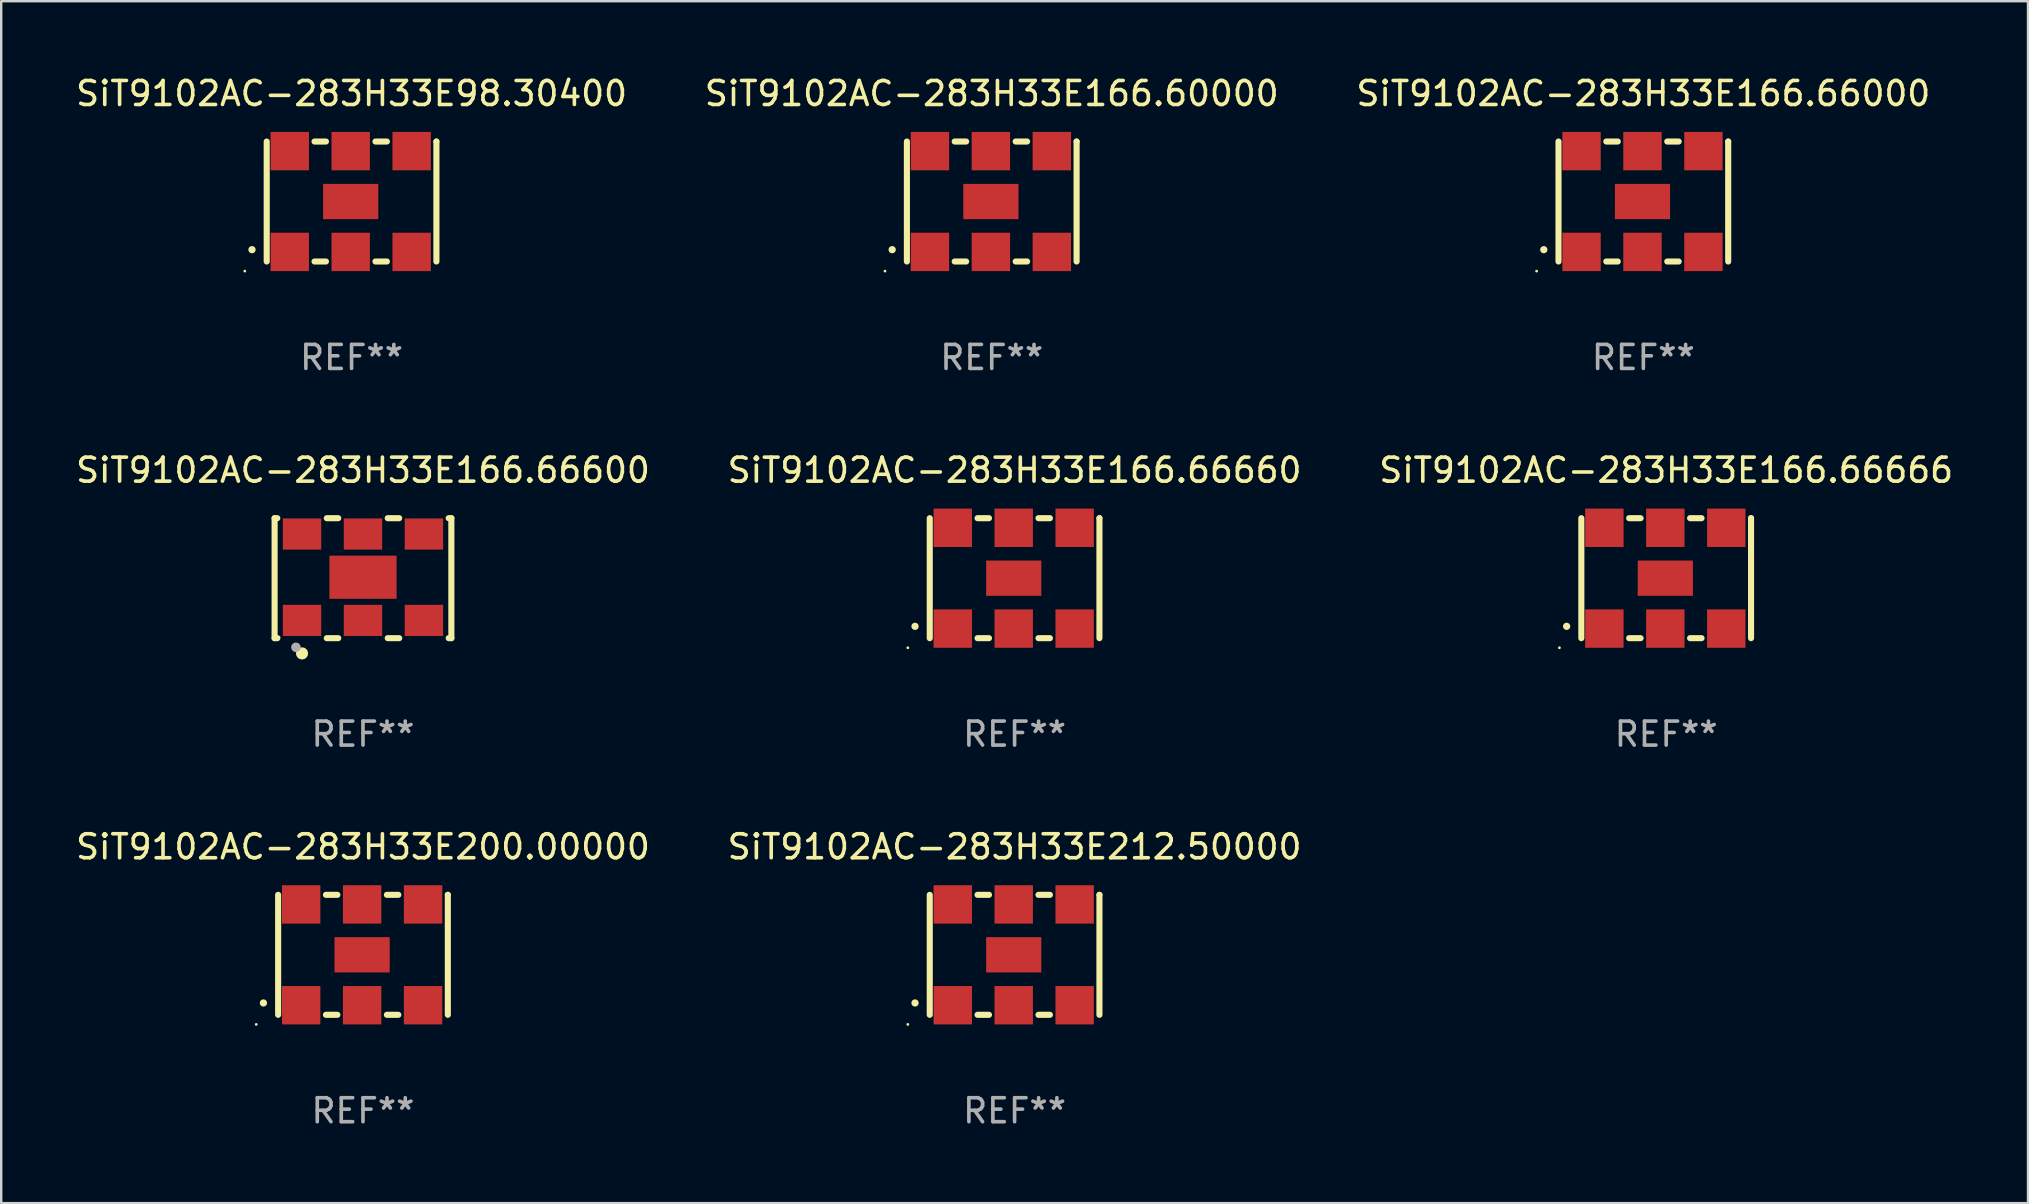
<source format=kicad_pcb>
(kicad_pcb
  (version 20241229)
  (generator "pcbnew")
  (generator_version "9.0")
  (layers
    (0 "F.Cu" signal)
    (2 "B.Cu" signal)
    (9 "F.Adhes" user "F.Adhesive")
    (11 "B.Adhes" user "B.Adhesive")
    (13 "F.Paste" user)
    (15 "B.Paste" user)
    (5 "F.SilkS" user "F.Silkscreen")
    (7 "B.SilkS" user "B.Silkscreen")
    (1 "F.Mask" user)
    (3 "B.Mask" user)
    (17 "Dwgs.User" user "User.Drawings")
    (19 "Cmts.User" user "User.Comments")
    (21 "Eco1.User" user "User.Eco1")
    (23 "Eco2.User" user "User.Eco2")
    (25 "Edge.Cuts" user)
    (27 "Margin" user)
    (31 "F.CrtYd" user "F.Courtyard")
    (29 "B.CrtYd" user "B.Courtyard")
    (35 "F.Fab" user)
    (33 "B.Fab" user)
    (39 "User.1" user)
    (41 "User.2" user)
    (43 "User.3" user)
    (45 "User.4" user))
  (footprint "SiT9102AC-283H33E166.66660"
    (layer "F.Cu")
    (at 39.232 21.045)
    (property "Reference" "SiT9102AC-283H33E166.66660" (at 0 -4.5 0) (layer "F.SilkS") (effects (font (size 1 1) (thickness 0.15))))
    (attr through_hole)
    (fp_line (start -3.536 -2.5) (end -3.536 2.5) (stroke (width 0.254) (type solid)) (layer "F.SilkS"))
    (fp_line (start -1.544 2.5) (end -1.067 2.5) (stroke (width 0.254) (type solid)) (layer "F.SilkS"))
    (fp_line (start -1.067 -2.5) (end -1.544 -2.5) (stroke (width 0.254) (type solid)) (layer "F.SilkS"))
    (fp_line (start 0.996 2.5) (end 1.473 2.5) (stroke (width 0.254) (type solid)) (layer "F.SilkS"))
    (fp_line (start 1.473 -2.5) (end 0.996 -2.5) (stroke (width 0.254) (type solid)) (layer "F.SilkS"))
    (fp_line (start 3.536 -2.5) (end 3.536 -2.5) (stroke (width 0.254) (type solid)) (layer "F.SilkS"))
    (fp_line (start 3.536 2.5) (end 3.536 -2.5) (stroke (width 0.254) (type solid)) (layer "F.SilkS"))
    (fp_arc (start -4.150432 2.006604) (mid -4.149162 2.006599) (end -4.147892 2.006604) (stroke (width 0.3) (type solid)) (layer "F.SilkS"))
    (fp_circle (center -4.449 2.9) (end -4.419 2.9) (stroke (width 0.06) (type solid)) (fill no) (layer "F.SilkS"))
    (fp_text user "REF**" (at 0 6.5 0) (layer "F.Fab") (effects (font (size 1 1) (thickness 0.15))))
    (pad "1" smd rect (at -2.576 2.1) (size 1.6 1.6) (layers "F.Cu" "F.Mask" "F.Paste"))
    (pad "2" smd rect (at -0.036 2.1) (size 1.6 1.6) (layers "F.Cu" "F.Mask" "F.Paste"))
    (pad "3" smd rect (at 2.504 2.1) (size 1.6 1.6) (layers "F.Cu" "F.Mask" "F.Paste"))
    (pad "4" smd rect (at 2.504 -2.1) (size 1.6 1.6) (layers "F.Cu" "F.Mask" "F.Paste"))
    (pad "5" smd rect (at -0.036 -2.1) (size 1.6 1.6) (layers "F.Cu" "F.Mask" "F.Paste"))
    (pad "6" smd rect (at -2.576 -2.1) (size 1.6 1.6) (layers "F.Cu" "F.Mask" "F.Paste"))
    (pad "7" smd rect (at -0.036 0) (size 2.3 1.47) (layers "F.Cu" "F.Mask" "F.Paste")))
  (footprint "SiT9102AC-283H33E200.00000"
    (layer "F.Cu")
    (at 12.077 36.741)
    (property "Reference" "SiT9102AC-283H33E200.00000" (at 0 -4.5 0) (layer "F.SilkS") (effects (font (size 1 1) (thickness 0.15))))
    (attr through_hole)
    (fp_line (start -3.536 -2.5) (end -3.536 2.5) (stroke (width 0.254) (type solid)) (layer "F.SilkS"))
    (fp_line (start -1.544 2.5) (end -1.067 2.5) (stroke (width 0.254) (type solid)) (layer "F.SilkS"))
    (fp_line (start -1.067 -2.5) (end -1.544 -2.5) (stroke (width 0.254) (type solid)) (layer "F.SilkS"))
    (fp_line (start 0.996 2.5) (end 1.473 2.5) (stroke (width 0.254) (type solid)) (layer "F.SilkS"))
    (fp_line (start 1.473 -2.5) (end 0.996 -2.5) (stroke (width 0.254) (type solid)) (layer "F.SilkS"))
    (fp_line (start 3.536 -2.5) (end 3.536 -2.5) (stroke (width 0.254) (type solid)) (layer "F.SilkS"))
    (fp_line (start 3.536 2.5) (end 3.536 -2.5) (stroke (width 0.254) (type solid)) (layer "F.SilkS"))
    (fp_arc (start -4.150432 2.006604) (mid -4.149162 2.006599) (end -4.147892 2.006604) (stroke (width 0.3) (type solid)) (layer "F.SilkS"))
    (fp_circle (center -4.449 2.9) (end -4.419 2.9) (stroke (width 0.06) (type solid)) (fill no) (layer "F.SilkS"))
    (fp_text user "REF**" (at 0 6.5 0) (layer "F.Fab") (effects (font (size 1 1) (thickness 0.15))))
    (pad "1" smd rect (at -2.576 2.1) (size 1.6 1.6) (layers "F.Cu" "F.Mask" "F.Paste"))
    (pad "2" smd rect (at -0.036 2.1) (size 1.6 1.6) (layers "F.Cu" "F.Mask" "F.Paste"))
    (pad "3" smd rect (at 2.504 2.1) (size 1.6 1.6) (layers "F.Cu" "F.Mask" "F.Paste"))
    (pad "4" smd rect (at 2.504 -2.1) (size 1.6 1.6) (layers "F.Cu" "F.Mask" "F.Paste"))
    (pad "5" smd rect (at -0.036 -2.1) (size 1.6 1.6) (layers "F.Cu" "F.Mask" "F.Paste"))
    (pad "6" smd rect (at -2.576 -2.1) (size 1.6 1.6) (layers "F.Cu" "F.Mask" "F.Paste"))
    (pad "7" smd rect (at -0.036 0) (size 2.3 1.47) (layers "F.Cu" "F.Mask" "F.Paste")))
  (footprint "SiT9102AC-283H33E212.50000"
    (layer "F.Cu")
    (at 39.232 36.741)
    (property "Reference" "SiT9102AC-283H33E212.50000" (at 0 -4.5 0) (layer "F.SilkS") (effects (font (size 1 1) (thickness 0.15))))
    (attr through_hole)
    (fp_line (start -3.536 -2.5) (end -3.536 2.5) (stroke (width 0.254) (type solid)) (layer "F.SilkS"))
    (fp_line (start -1.544 2.5) (end -1.067 2.5) (stroke (width 0.254) (type solid)) (layer "F.SilkS"))
    (fp_line (start -1.067 -2.5) (end -1.544 -2.5) (stroke (width 0.254) (type solid)) (layer "F.SilkS"))
    (fp_line (start 0.996 2.5) (end 1.473 2.5) (stroke (width 0.254) (type solid)) (layer "F.SilkS"))
    (fp_line (start 1.473 -2.5) (end 0.996 -2.5) (stroke (width 0.254) (type solid)) (layer "F.SilkS"))
    (fp_line (start 3.536 -2.5) (end 3.536 -2.5) (stroke (width 0.254) (type solid)) (layer "F.SilkS"))
    (fp_line (start 3.536 2.5) (end 3.536 -2.5) (stroke (width 0.254) (type solid)) (layer "F.SilkS"))
    (fp_arc (start -4.150432 2.006604) (mid -4.149162 2.006599) (end -4.147892 2.006604) (stroke (width 0.3) (type solid)) (layer "F.SilkS"))
    (fp_circle (center -4.449 2.9) (end -4.419 2.9) (stroke (width 0.06) (type solid)) (fill no) (layer "F.SilkS"))
    (fp_text user "REF**" (at 0 6.5 0) (layer "F.Fab") (effects (font (size 1 1) (thickness 0.15))))
    (pad "1" smd rect (at -2.576 2.1) (size 1.6 1.6) (layers "F.Cu" "F.Mask" "F.Paste"))
    (pad "2" smd rect (at -0.036 2.1) (size 1.6 1.6) (layers "F.Cu" "F.Mask" "F.Paste"))
    (pad "3" smd rect (at 2.504 2.1) (size 1.6 1.6) (layers "F.Cu" "F.Mask" "F.Paste"))
    (pad "4" smd rect (at 2.504 -2.1) (size 1.6 1.6) (layers "F.Cu" "F.Mask" "F.Paste"))
    (pad "5" smd rect (at -0.036 -2.1) (size 1.6 1.6) (layers "F.Cu" "F.Mask" "F.Paste"))
    (pad "6" smd rect (at -2.576 -2.1) (size 1.6 1.6) (layers "F.Cu" "F.Mask" "F.Paste"))
    (pad "7" smd rect (at -0.036 0) (size 2.3 1.47) (layers "F.Cu" "F.Mask" "F.Paste")))
  (footprint "SiT9102AC-283H33E98.30400"
    (layer "F.Cu")
    (at 11.601 5.348)
    (property "Reference" "SiT9102AC-283H33E98.30400" (at 0 -4.5 0) (layer "F.SilkS") (effects (font (size 1 1) (thickness 0.15))))
    (attr through_hole)
    (fp_line (start -3.536 -2.5) (end -3.536 2.5) (stroke (width 0.254) (type solid)) (layer "F.SilkS"))
    (fp_line (start -1.544 2.5) (end -1.067 2.5) (stroke (width 0.254) (type solid)) (layer "F.SilkS"))
    (fp_line (start -1.067 -2.5) (end -1.544 -2.5) (stroke (width 0.254) (type solid)) (layer "F.SilkS"))
    (fp_line (start 0.996 2.5) (end 1.473 2.5) (stroke (width 0.254) (type solid)) (layer "F.SilkS"))
    (fp_line (start 1.473 -2.5) (end 0.996 -2.5) (stroke (width 0.254) (type solid)) (layer "F.SilkS"))
    (fp_line (start 3.536 -2.5) (end 3.536 -2.5) (stroke (width 0.254) (type solid)) (layer "F.SilkS"))
    (fp_line (start 3.536 2.5) (end 3.536 -2.5) (stroke (width 0.254) (type solid)) (layer "F.SilkS"))
    (fp_arc (start -4.150432 2.006604) (mid -4.149162 2.006599) (end -4.147892 2.006604) (stroke (width 0.3) (type solid)) (layer "F.SilkS"))
    (fp_circle (center -4.449 2.9) (end -4.419 2.9) (stroke (width 0.06) (type solid)) (fill no) (layer "F.SilkS"))
    (fp_text user "REF**" (at 0 6.5 0) (layer "F.Fab") (effects (font (size 1 1) (thickness 0.15))))
    (pad "1" smd rect (at -2.576 2.1) (size 1.6 1.6) (layers "F.Cu" "F.Mask" "F.Paste"))
    (pad "2" smd rect (at -0.036 2.1) (size 1.6 1.6) (layers "F.Cu" "F.Mask" "F.Paste"))
    (pad "3" smd rect (at 2.504 2.1) (size 1.6 1.6) (layers "F.Cu" "F.Mask" "F.Paste"))
    (pad "4" smd rect (at 2.504 -2.1) (size 1.6 1.6) (layers "F.Cu" "F.Mask" "F.Paste"))
    (pad "5" smd rect (at -0.036 -2.1) (size 1.6 1.6) (layers "F.Cu" "F.Mask" "F.Paste"))
    (pad "6" smd rect (at -2.576 -2.1) (size 1.6 1.6) (layers "F.Cu" "F.Mask" "F.Paste"))
    (pad "7" smd rect (at -0.036 0) (size 2.3 1.47) (layers "F.Cu" "F.Mask" "F.Paste")))
  (footprint "SiT9102AC-283H33E166.66666"
    (layer "F.Cu")
    (at 66.387 21.045)
    (property "Reference" "SiT9102AC-283H33E166.66666" (at 0 -4.5 0) (layer "F.SilkS") (effects (font (size 1 1) (thickness 0.15))))
    (attr through_hole)
    (fp_line (start -3.536 -2.5) (end -3.536 2.5) (stroke (width 0.254) (type solid)) (layer "F.SilkS"))
    (fp_line (start -1.544 2.5) (end -1.067 2.5) (stroke (width 0.254) (type solid)) (layer "F.SilkS"))
    (fp_line (start -1.067 -2.5) (end -1.544 -2.5) (stroke (width 0.254) (type solid)) (layer "F.SilkS"))
    (fp_line (start 0.996 2.5) (end 1.473 2.5) (stroke (width 0.254) (type solid)) (layer "F.SilkS"))
    (fp_line (start 1.473 -2.5) (end 0.996 -2.5) (stroke (width 0.254) (type solid)) (layer "F.SilkS"))
    (fp_line (start 3.536 -2.5) (end 3.536 -2.5) (stroke (width 0.254) (type solid)) (layer "F.SilkS"))
    (fp_line (start 3.536 2.5) (end 3.536 -2.5) (stroke (width 0.254) (type solid)) (layer "F.SilkS"))
    (fp_arc (start -4.150432 2.006604) (mid -4.149162 2.006599) (end -4.147892 2.006604) (stroke (width 0.3) (type solid)) (layer "F.SilkS"))
    (fp_circle (center -4.449 2.9) (end -4.419 2.9) (stroke (width 0.06) (type solid)) (fill no) (layer "F.SilkS"))
    (fp_text user "REF**" (at 0 6.5 0) (layer "F.Fab") (effects (font (size 1 1) (thickness 0.15))))
    (pad "1" smd rect (at -2.576 2.1) (size 1.6 1.6) (layers "F.Cu" "F.Mask" "F.Paste"))
    (pad "2" smd rect (at -0.036 2.1) (size 1.6 1.6) (layers "F.Cu" "F.Mask" "F.Paste"))
    (pad "3" smd rect (at 2.504 2.1) (size 1.6 1.6) (layers "F.Cu" "F.Mask" "F.Paste"))
    (pad "4" smd rect (at 2.504 -2.1) (size 1.6 1.6) (layers "F.Cu" "F.Mask" "F.Paste"))
    (pad "5" smd rect (at -0.036 -2.1) (size 1.6 1.6) (layers "F.Cu" "F.Mask" "F.Paste"))
    (pad "6" smd rect (at -2.576 -2.1) (size 1.6 1.6) (layers "F.Cu" "F.Mask" "F.Paste"))
    (pad "7" smd rect (at -0.036 0) (size 2.3 1.47) (layers "F.Cu" "F.Mask" "F.Paste")))
  (footprint "SiT9102AC-283H33E166.66000"
    (layer "F.Cu")
    (at 65.435 5.348)
    (property "Reference" "SiT9102AC-283H33E166.66000" (at 0 -4.5 0) (layer "F.SilkS") (effects (font (size 1 1) (thickness 0.15))))
    (attr through_hole)
    (fp_line (start -3.536 -2.5) (end -3.536 2.5) (stroke (width 0.254) (type solid)) (layer "F.SilkS"))
    (fp_line (start -1.544 2.5) (end -1.067 2.5) (stroke (width 0.254) (type solid)) (layer "F.SilkS"))
    (fp_line (start -1.067 -2.5) (end -1.544 -2.5) (stroke (width 0.254) (type solid)) (layer "F.SilkS"))
    (fp_line (start 0.996 2.5) (end 1.473 2.5) (stroke (width 0.254) (type solid)) (layer "F.SilkS"))
    (fp_line (start 1.473 -2.5) (end 0.996 -2.5) (stroke (width 0.254) (type solid)) (layer "F.SilkS"))
    (fp_line (start 3.536 -2.5) (end 3.536 -2.5) (stroke (width 0.254) (type solid)) (layer "F.SilkS"))
    (fp_line (start 3.536 2.5) (end 3.536 -2.5) (stroke (width 0.254) (type solid)) (layer "F.SilkS"))
    (fp_arc (start -4.150432 2.006604) (mid -4.149162 2.006599) (end -4.147892 2.006604) (stroke (width 0.3) (type solid)) (layer "F.SilkS"))
    (fp_circle (center -4.449 2.9) (end -4.419 2.9) (stroke (width 0.06) (type solid)) (fill no) (layer "F.SilkS"))
    (fp_text user "REF**" (at 0 6.5 0) (layer "F.Fab") (effects (font (size 1 1) (thickness 0.15))))
    (pad "1" smd rect (at -2.576 2.1) (size 1.6 1.6) (layers "F.Cu" "F.Mask" "F.Paste"))
    (pad "2" smd rect (at -0.036 2.1) (size 1.6 1.6) (layers "F.Cu" "F.Mask" "F.Paste"))
    (pad "3" smd rect (at 2.504 2.1) (size 1.6 1.6) (layers "F.Cu" "F.Mask" "F.Paste"))
    (pad "4" smd rect (at 2.504 -2.1) (size 1.6 1.6) (layers "F.Cu" "F.Mask" "F.Paste"))
    (pad "5" smd rect (at -0.036 -2.1) (size 1.6 1.6) (layers "F.Cu" "F.Mask" "F.Paste"))
    (pad "6" smd rect (at -2.576 -2.1) (size 1.6 1.6) (layers "F.Cu" "F.Mask" "F.Paste"))
    (pad "7" smd rect (at -0.036 0) (size 2.3 1.47) (layers "F.Cu" "F.Mask" "F.Paste")))
  (footprint "SiT9102AC-283H33E166.66600"
    (layer "F.Cu")
    (at 12.077 21.045)
    (property "Reference" "SiT9102AC-283H33E166.66600" (at 0 -4.5 0) (layer "F.SilkS") (effects (font (size 1 1) (thickness 0.15))))
    (attr through_hole)
    (fp_line (start -3.683 -2.5) (end -3.571 -2.5) (stroke (width 0.254) (type solid)) (layer "F.SilkS"))
    (fp_line (start -3.683 2.5) (end -3.683 -2.5) (stroke (width 0.254) (type solid)) (layer "F.SilkS"))
    (fp_line (start -3.683 2.5) (end -3.571 2.5) (stroke (width 0.254) (type solid)) (layer "F.SilkS"))
    (fp_line (start -1.509 -2.5) (end -1.031 -2.5) (stroke (width 0.254) (type solid)) (layer "F.SilkS"))
    (fp_line (start -1.509 2.5) (end -1.031 2.5) (stroke (width 0.254) (type solid)) (layer "F.SilkS"))
    (fp_line (start 1.031 -2.5) (end 1.509 -2.5) (stroke (width 0.254) (type solid)) (layer "F.SilkS"))
    (fp_line (start 1.031 2.5) (end 1.509 2.5) (stroke (width 0.254) (type solid)) (layer "F.SilkS"))
    (fp_line (start 3.571 -2.5) (end 3.683 -2.5) (stroke (width 0.254) (type solid)) (layer "F.SilkS"))
    (fp_line (start 3.571 2.5) (end 3.683 2.5) (stroke (width 0.254) (type solid)) (layer "F.SilkS"))
    (fp_line (start 3.683 2.5) (end 3.683 -2.5) (stroke (width 0.254) (type solid)) (layer "F.SilkS"))
    (fp_circle (center -3.5 2.46) (end -3.47 2.46) (stroke (width 0.06) (type solid)) (fill no) (layer "F.SilkS"))
    (fp_circle (center -2.54 3.135) (end -2.413 3.135) (stroke (width 0.254) (type solid)) (fill no) (layer "F.SilkS"))
    (fp_circle (center -2.794 2.881) (end -2.694 2.881) (stroke (width 0.2) (type solid)) (fill no) (layer "F.Fab"))
    (fp_text user "REF**" (at 0 6.5 0) (layer "F.Fab") (effects (font (size 1 1) (thickness 0.15))))
    (pad "1" smd rect (at -2.54 1.76) (size 1.6 1.3) (layers "F.Cu" "F.Mask" "F.Paste"))
    (pad "2" smd rect (at 0 1.76) (size 1.6 1.3) (layers "F.Cu" "F.Mask" "F.Paste"))
    (pad "3" smd rect (at 2.54 1.76) (size 1.6 1.3) (layers "F.Cu" "F.Mask" "F.Paste"))
    (pad "4" smd rect (at 2.54 -1.84) (size 1.6 1.3) (layers "F.Cu" "F.Mask" "F.Paste"))
    (pad "5" smd rect (at 0 -1.84) (size 1.6 1.3) (layers "F.Cu" "F.Mask" "F.Paste"))
    (pad "6" smd rect (at -2.54 -1.84) (size 1.6 1.3) (layers "F.Cu" "F.Mask" "F.Paste"))
    (pad "7" smd rect (at 0 -0.04) (size 2.8 1.8) (layers "F.Cu" "F.Mask" "F.Paste")))
  (footprint "SiT9102AC-283H33E166.60000"
    (layer "F.Cu")
    (at 38.28 5.348)
    (property "Reference" "SiT9102AC-283H33E166.60000" (at 0 -4.5 0) (layer "F.SilkS") (effects (font (size 1 1) (thickness 0.15))))
    (attr through_hole)
    (fp_line (start -3.536 -2.5) (end -3.536 2.5) (stroke (width 0.254) (type solid)) (layer "F.SilkS"))
    (fp_line (start -1.544 2.5) (end -1.067 2.5) (stroke (width 0.254) (type solid)) (layer "F.SilkS"))
    (fp_line (start -1.067 -2.5) (end -1.544 -2.5) (stroke (width 0.254) (type solid)) (layer "F.SilkS"))
    (fp_line (start 0.996 2.5) (end 1.473 2.5) (stroke (width 0.254) (type solid)) (layer "F.SilkS"))
    (fp_line (start 1.473 -2.5) (end 0.996 -2.5) (stroke (width 0.254) (type solid)) (layer "F.SilkS"))
    (fp_line (start 3.536 -2.5) (end 3.536 -2.5) (stroke (width 0.254) (type solid)) (layer "F.SilkS"))
    (fp_line (start 3.536 2.5) (end 3.536 -2.5) (stroke (width 0.254) (type solid)) (layer "F.SilkS"))
    (fp_arc (start -4.150432 2.006604) (mid -4.149162 2.006599) (end -4.147892 2.006604) (stroke (width 0.3) (type solid)) (layer "F.SilkS"))
    (fp_circle (center -4.449 2.9) (end -4.419 2.9) (stroke (width 0.06) (type solid)) (fill no) (layer "F.SilkS"))
    (fp_text user "REF**" (at 0 6.5 0) (layer "F.Fab") (effects (font (size 1 1) (thickness 0.15))))
    (pad "1" smd rect (at -2.576 2.1) (size 1.6 1.6) (layers "F.Cu" "F.Mask" "F.Paste"))
    (pad "2" smd rect (at -0.036 2.1) (size 1.6 1.6) (layers "F.Cu" "F.Mask" "F.Paste"))
    (pad "3" smd rect (at 2.504 2.1) (size 1.6 1.6) (layers "F.Cu" "F.Mask" "F.Paste"))
    (pad "4" smd rect (at 2.504 -2.1) (size 1.6 1.6) (layers "F.Cu" "F.Mask" "F.Paste"))
    (pad "5" smd rect (at -0.036 -2.1) (size 1.6 1.6) (layers "F.Cu" "F.Mask" "F.Paste"))
    (pad "6" smd rect (at -2.576 -2.1) (size 1.6 1.6) (layers "F.Cu" "F.Mask" "F.Paste"))
    (pad "7" smd rect (at -0.036 0) (size 2.3 1.47) (layers "F.Cu" "F.Mask" "F.Paste")))
  (gr_rect
    (start -3 -3)
    (end 81.464 47.09)
    (stroke (width 0.1) (type default))
    (fill no)
    (layer "Edge.Cuts")))
</source>
